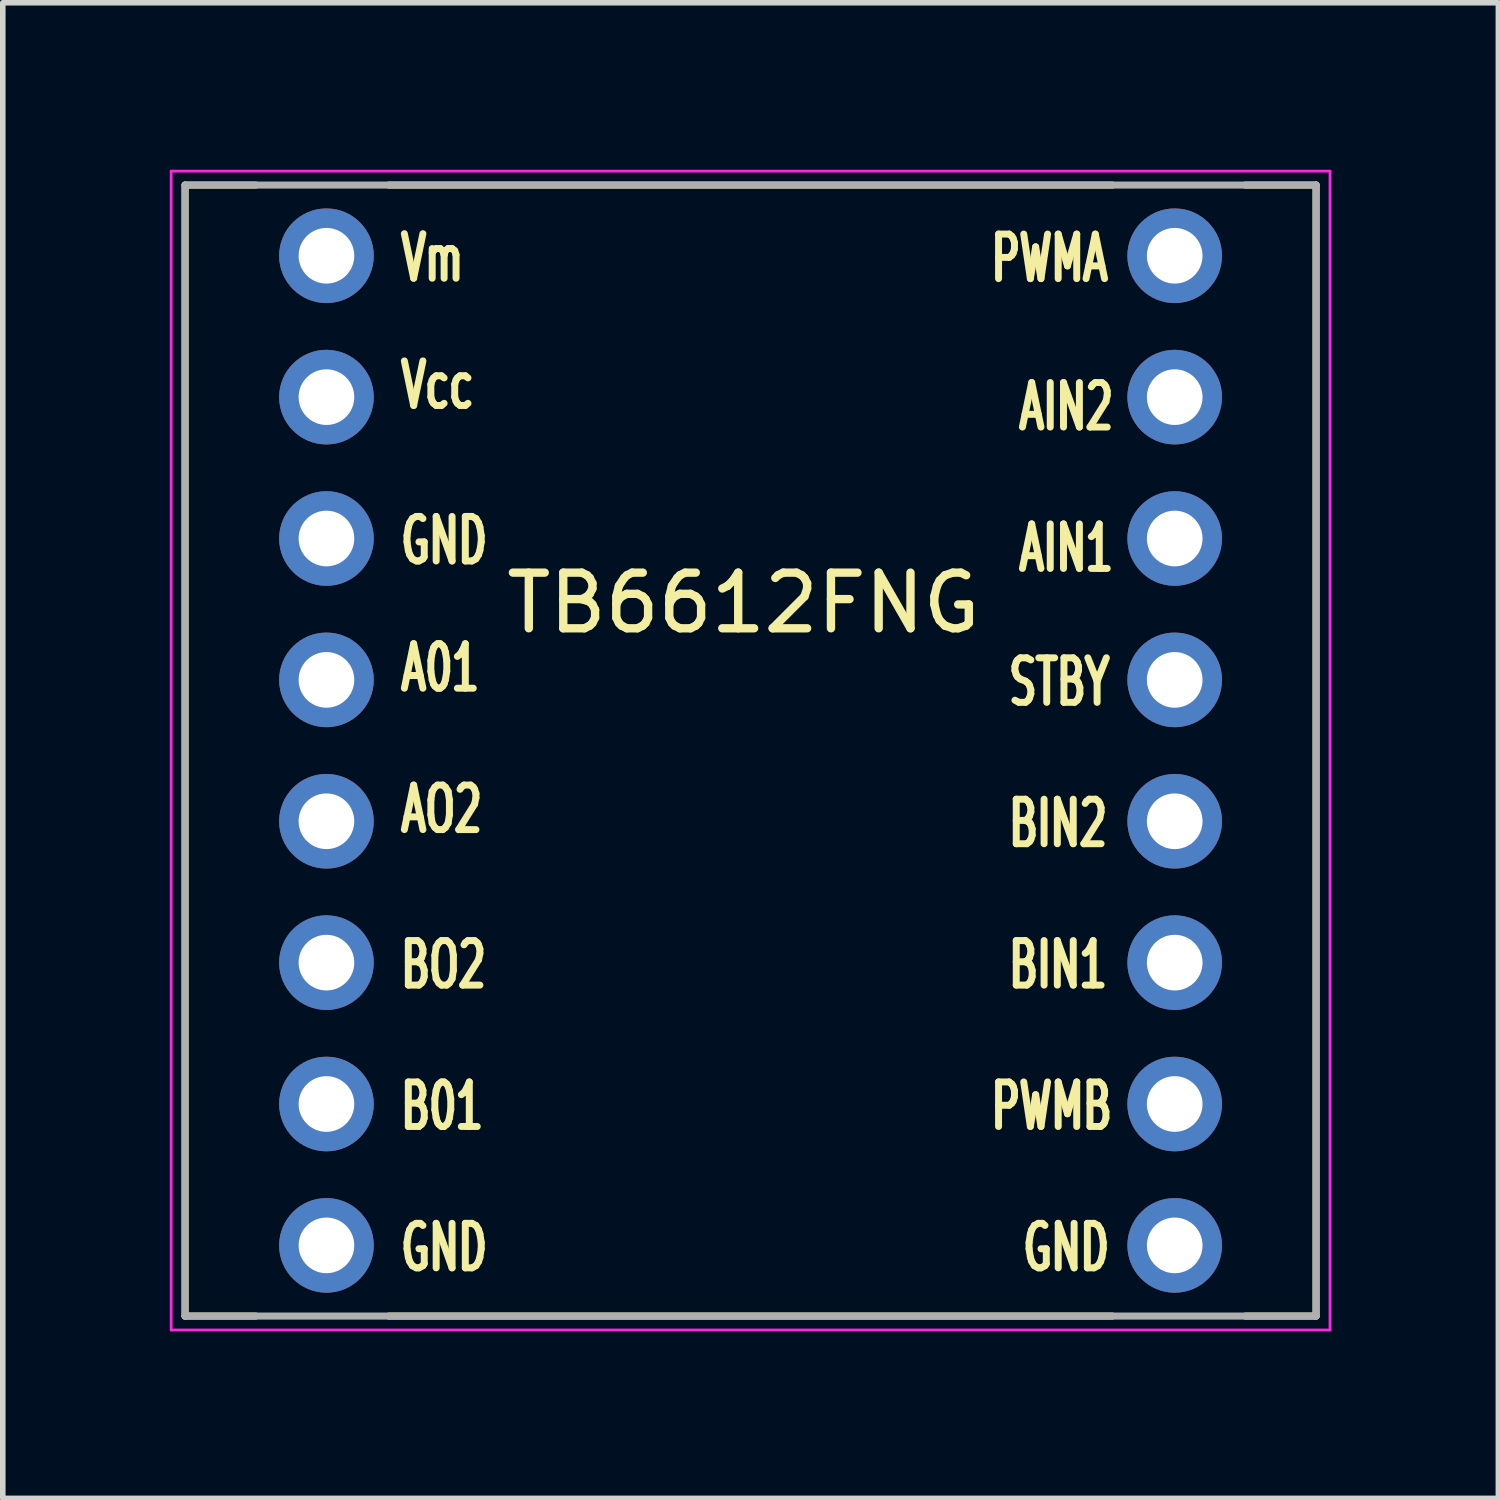
<source format=kicad_pcb>
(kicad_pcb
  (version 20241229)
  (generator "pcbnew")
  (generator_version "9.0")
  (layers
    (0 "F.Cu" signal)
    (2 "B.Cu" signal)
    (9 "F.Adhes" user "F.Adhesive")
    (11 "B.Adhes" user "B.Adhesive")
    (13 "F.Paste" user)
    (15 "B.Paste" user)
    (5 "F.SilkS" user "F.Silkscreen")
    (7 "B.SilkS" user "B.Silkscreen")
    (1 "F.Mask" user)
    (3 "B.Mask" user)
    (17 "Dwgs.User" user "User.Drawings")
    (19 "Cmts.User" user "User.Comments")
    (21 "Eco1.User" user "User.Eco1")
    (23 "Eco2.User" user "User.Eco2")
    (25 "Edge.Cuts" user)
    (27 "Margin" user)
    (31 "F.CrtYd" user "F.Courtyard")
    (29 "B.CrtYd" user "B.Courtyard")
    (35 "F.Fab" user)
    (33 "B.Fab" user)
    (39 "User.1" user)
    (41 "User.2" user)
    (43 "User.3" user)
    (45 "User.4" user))
  (footprint "TB6612FNG"
    (layer "F.Cu")
    (at 10.435 10.435)
    (property "Reference" "TB6612FNG" (at -0.127 -2.652 0) (layer "F.SilkS") (effects (font (size 1 1) (thickness 0.15))))
    (attr through_hole)
    (fp_line (start -10.16 -10.16) (end -10.16 10.16) (stroke (width 0.127) (type solid)) (layer "F.SilkS"))
    (fp_line (start -8.89 -10.16) (end -10.16 -10.16) (stroke (width 0.127) (type solid)) (layer "F.SilkS"))
    (fp_line (start -8.89 10.16) (end -10.16 10.16) (stroke (width 0.127) (type solid)) (layer "F.SilkS"))
    (fp_line (start -6.5 -10.16) (end 6.5 -10.16) (stroke (width 0.127) (type solid)) (layer "F.SilkS"))
    (fp_line (start -6.5 10.16) (end 6.5 10.16) (stroke (width 0.127) (type solid)) (layer "F.SilkS"))
    (fp_line (start 8.89 -10.16) (end 10.16 -10.16) (stroke (width 0.127) (type solid)) (layer "F.SilkS"))
    (fp_line (start 8.89 10.16) (end 10.16 10.16) (stroke (width 0.127) (type solid)) (layer "F.SilkS"))
    (fp_line (start 10.16 10.16) (end 10.16 -10.16) (stroke (width 0.127) (type solid)) (layer "F.SilkS"))
    (fp_line (start -10.41 -10.41) (end -10.41 10.41) (stroke (width 0.05) (type solid)) (layer "F.CrtYd"))
    (fp_line (start -10.41 10.41) (end 10.41 10.41) (stroke (width 0.05) (type solid)) (layer "F.CrtYd"))
    (fp_line (start 10.41 -10.41) (end -10.41 -10.41) (stroke (width 0.05) (type solid)) (layer "F.CrtYd"))
    (fp_line (start 10.41 10.41) (end 10.41 -10.41) (stroke (width 0.05) (type solid)) (layer "F.CrtYd"))
    (fp_line (start -10.16 -10.16) (end -10.16 10.16) (stroke (width 0.127) (type solid)) (layer "F.Fab"))
    (fp_line (start -10.16 10.16) (end 10.16 10.16) (stroke (width 0.127) (type solid)) (layer "F.Fab"))
    (fp_line (start 10.16 -10.16) (end -10.16 -10.16) (stroke (width 0.127) (type solid)) (layer "F.Fab"))
    (fp_line (start 10.16 10.16) (end 10.16 -10.16) (stroke (width 0.127) (type solid)) (layer "F.Fab"))
    (fp_text user "Vcc" (at -6.35 -6.096 0) (unlocked yes) (layer "F.SilkS") (effects (font (size 0.8 0.5) (thickness 0.125) (bold yes)) (justify left bottom)))
    (fp_text user "BO2\n" (at -6.35 4.318 0) (unlocked yes) (layer "F.SilkS") (effects (font (size 0.8 0.5) (thickness 0.125) (bold yes)) (justify left bottom)))
    (fp_text user "B01\n" (at -6.35 6.858 0) (unlocked yes) (layer "F.SilkS") (effects (font (size 0.8 0.5) (thickness 0.125) (bold yes)) (justify left bottom)))
    (fp_text user "GND\n" (at 4.826 9.398 0) (unlocked yes) (layer "F.SilkS") (effects (font (size 0.8 0.5) (thickness 0.125) (bold yes)) (justify left bottom)))
    (fp_text user "PWMA" (at 4.254 -8.375 0) (unlocked yes) (layer "F.SilkS") (effects (font (size 0.8 0.5) (thickness 0.125) (bold yes)) (justify left bottom)))
    (fp_text user "STBY" (at 4.572 -0.762 0) (unlocked yes) (layer "F.SilkS") (effects (font (size 0.8 0.5) (thickness 0.125) (bold yes)) (justify left bottom)))
    (fp_text user "AO2\n" (at -6.35 1.524 0) (unlocked yes) (layer "F.SilkS") (effects (font (size 0.8 0.5) (thickness 0.125) (bold yes)) (justify left bottom)))
    (fp_text user "AIN1" (at 4.754 -3.168 0) (unlocked yes) (layer "F.SilkS") (effects (font (size 0.8 0.5) (thickness 0.125) (bold yes)) (justify left bottom)))
    (fp_text user "Vm\n" (at -6.35 -8.382 0) (unlocked yes) (layer "F.SilkS") (effects (font (size 0.8 0.5) (thickness 0.125) (bold yes)) (justify left bottom)))
    (fp_text user "AIN2" (at 4.754 -5.708 0) (unlocked yes) (layer "F.SilkS") (effects (font (size 0.8 0.5) (thickness 0.125) (bold yes)) (justify left bottom)))
    (fp_text user "GND\n" (at -6.35 9.398 0) (unlocked yes) (layer "F.SilkS") (effects (font (size 0.8 0.5) (thickness 0.125) (bold yes)) (justify left bottom)))
    (fp_text user "BIN2" (at 4.572 1.778 0) (unlocked yes) (layer "F.SilkS") (effects (font (size 0.8 0.5) (thickness 0.125) (bold yes)) (justify left bottom)))
    (fp_text user "GND\n" (at -6.35 -3.302 0) (unlocked yes) (layer "F.SilkS") (effects (font (size 0.8 0.5) (thickness 0.125) (bold yes)) (justify left bottom)))
    (fp_text user "BIN1\n" (at 4.572 4.318 0) (unlocked yes) (layer "F.SilkS") (effects (font (size 0.8 0.5) (thickness 0.125) (bold yes)) (justify left bottom)))
    (fp_text user "PWMB" (at 4.254 6.858 0) (unlocked yes) (layer "F.SilkS") (effects (font (size 0.8 0.5) (thickness 0.125) (bold yes)) (justify left bottom)))
    (fp_text user "A01" (at -6.35 -1.016 0) (unlocked yes) (layer "F.SilkS") (effects (font (size 0.8 0.5) (thickness 0.125) (bold yes)) (justify left bottom)))
    (pad "1" thru_hole circle (at -7.62 -8.89) (size 1.7 1.7) (drill 1) (layers "*.Cu" "*.Mask"))
    (pad "2" thru_hole circle (at -7.62 -6.35) (size 1.7 1.7) (drill 1) (layers "*.Cu" "*.Mask"))
    (pad "3" thru_hole circle (at -7.62 -3.81) (size 1.7 1.7) (drill 1) (layers "*.Cu" "*.Mask"))
    (pad "4" thru_hole circle (at -7.62 -1.27) (size 1.7 1.7) (drill 1) (layers "*.Cu" "*.Mask"))
    (pad "5" thru_hole circle (at -7.62 1.27) (size 1.7 1.7) (drill 1) (layers "*.Cu" "*.Mask"))
    (pad "6" thru_hole circle (at -7.62 3.81) (size 1.7 1.7) (drill 1) (layers "*.Cu" "*.Mask"))
    (pad "7" thru_hole circle (at -7.62 6.35) (size 1.7 1.7) (drill 1) (layers "*.Cu" "*.Mask"))
    (pad "8" thru_hole circle (at -7.62 8.89) (size 1.7 1.7) (drill 1) (layers "*.Cu" "*.Mask"))
    (pad "9" thru_hole circle (at 7.62 8.89) (size 1.7 1.7) (drill 1) (layers "*.Cu" "*.Mask"))
    (pad "10" thru_hole circle (at 7.62 6.35) (size 1.7 1.7) (drill 1) (layers "*.Cu" "*.Mask"))
    (pad "11" thru_hole circle (at 7.62 3.81) (size 1.7 1.7) (drill 1) (layers "*.Cu" "*.Mask"))
    (pad "12" thru_hole circle (at 7.62 1.27) (size 1.7 1.7) (drill 1) (layers "*.Cu" "*.Mask"))
    (pad "13" thru_hole circle (at 7.62 -1.27) (size 1.7 1.7) (drill 1) (layers "*.Cu" "*.Mask"))
    (pad "14" thru_hole circle (at 7.62 -3.81) (size 1.7 1.7) (drill 1) (layers "*.Cu" "*.Mask"))
    (pad "15" thru_hole circle (at 7.62 -6.35) (size 1.7 1.7) (drill 1) (layers "*.Cu" "*.Mask"))
    (pad "16" thru_hole circle (at 7.62 -8.89) (size 1.7 1.7) (drill 1) (layers "*.Cu" "*.Mask")))
  (gr_rect
    (start -3 -3)
    (end 23.87 23.87)
    (stroke (width 0.1) (type default))
    (fill no)
    (layer "Edge.Cuts")))
</source>
